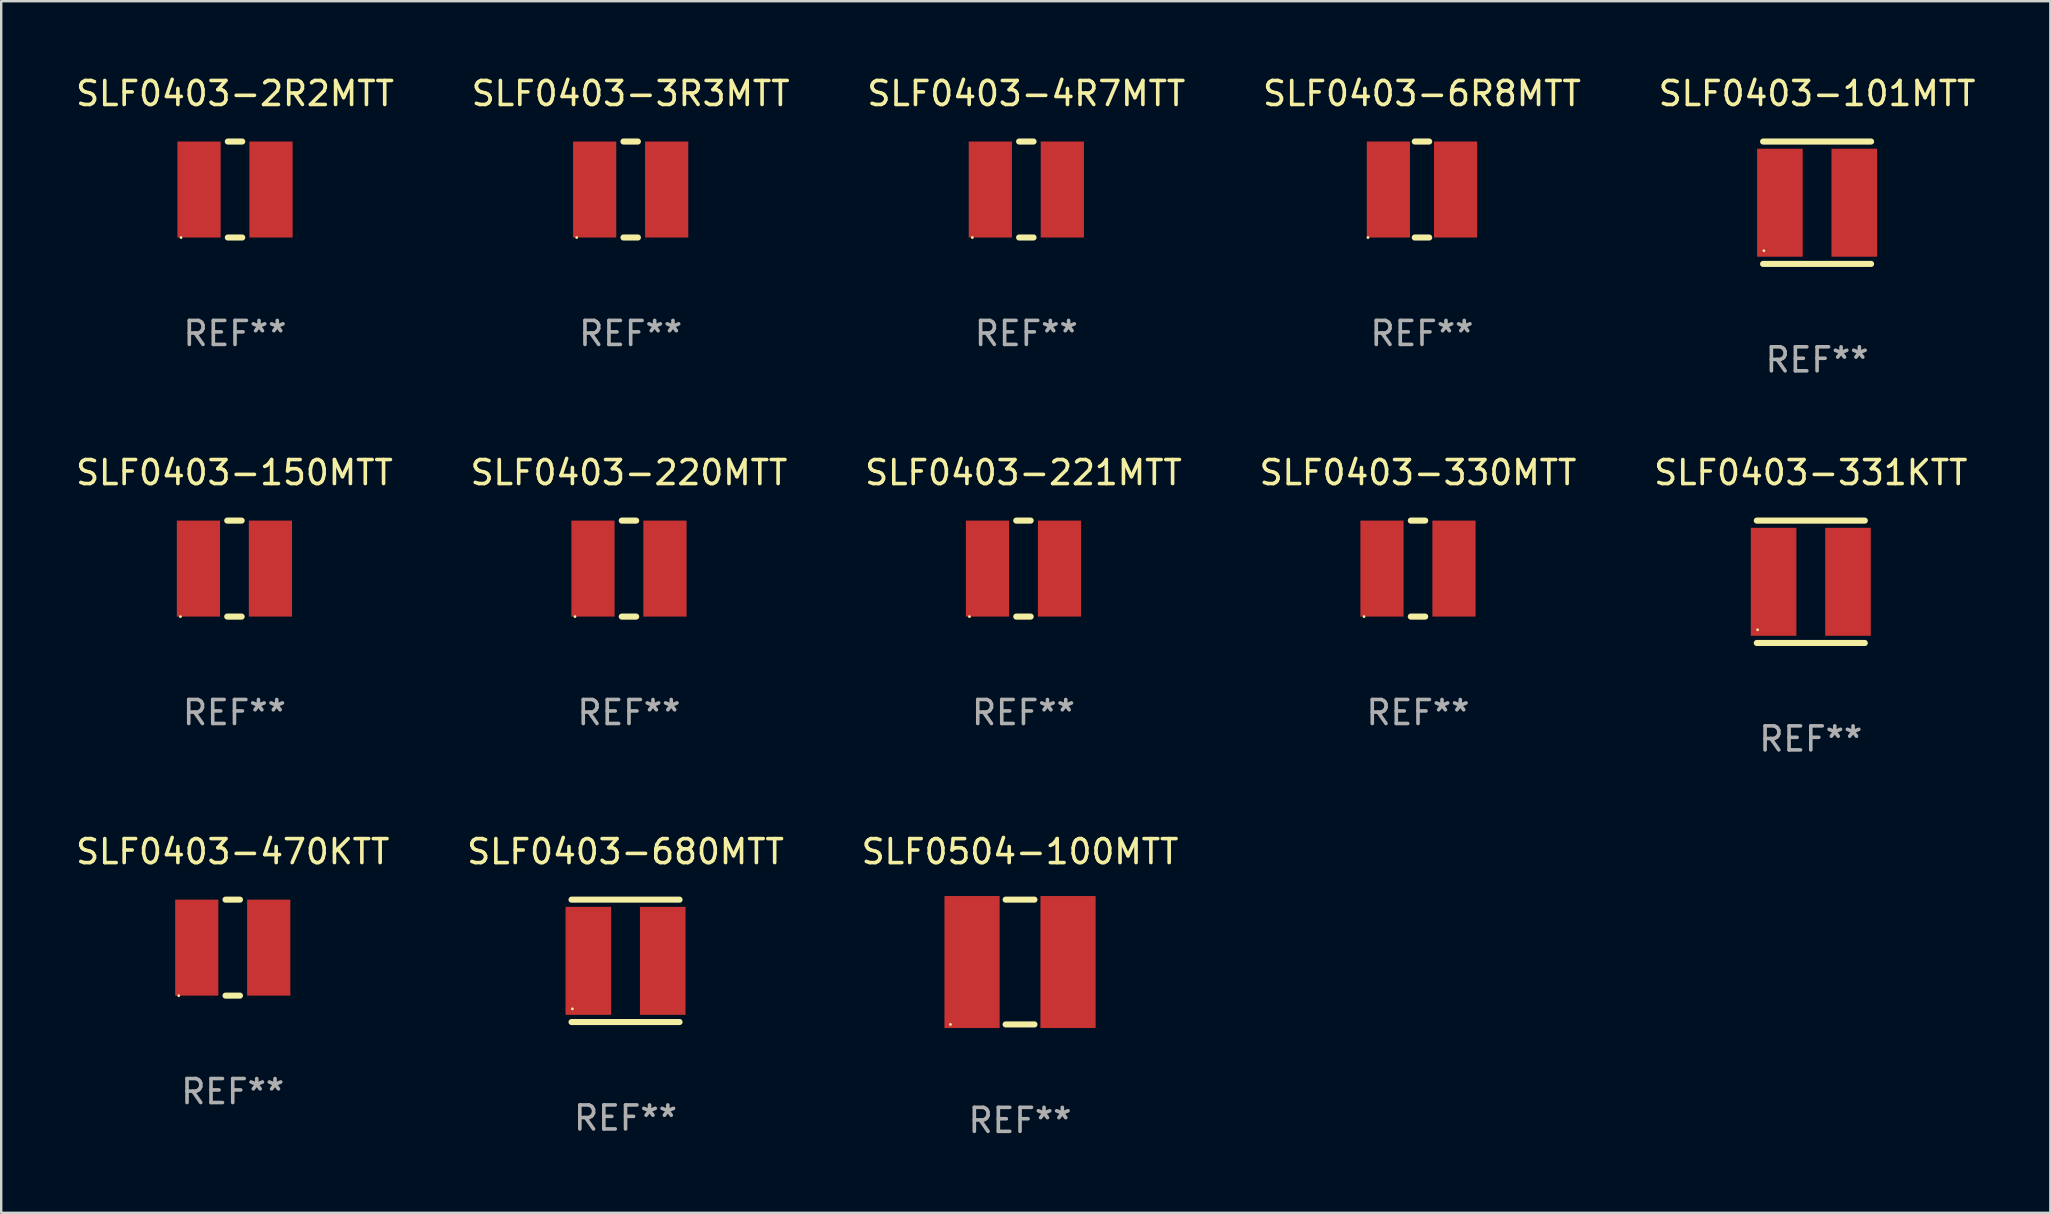
<source format=kicad_pcb>
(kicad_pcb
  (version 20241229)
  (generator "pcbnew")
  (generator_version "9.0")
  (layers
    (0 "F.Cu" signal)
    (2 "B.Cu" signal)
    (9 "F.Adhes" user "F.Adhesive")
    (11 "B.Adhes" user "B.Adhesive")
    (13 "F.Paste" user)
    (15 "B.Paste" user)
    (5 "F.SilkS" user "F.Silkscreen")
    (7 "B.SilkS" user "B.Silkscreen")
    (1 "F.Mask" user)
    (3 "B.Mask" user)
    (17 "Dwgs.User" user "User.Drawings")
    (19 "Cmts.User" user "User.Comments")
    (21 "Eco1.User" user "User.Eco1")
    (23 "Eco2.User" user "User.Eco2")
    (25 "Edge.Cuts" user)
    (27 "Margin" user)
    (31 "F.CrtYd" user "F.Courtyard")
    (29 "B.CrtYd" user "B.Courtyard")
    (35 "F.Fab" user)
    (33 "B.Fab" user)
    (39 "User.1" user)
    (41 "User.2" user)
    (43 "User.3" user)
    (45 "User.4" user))
  (footprint "SLF0403-221MTT"
    (layer "F.Cu")
    (at 39.601 20.645)
    (property "Reference" "SLF0403-221MTT" (at 0 -4 0) (layer "F.SilkS") (effects (font (size 1 1) (thickness 0.15))))
    (attr through_hole)
    (fp_line (start -0.3 -2) (end 0.3 -2) (stroke (width 0.254) (type solid)) (layer "F.SilkS"))
    (fp_line (start -0.3 2) (end 0.3 2) (stroke (width 0.254) (type solid)) (layer "F.SilkS"))
    (fp_circle (center -2.25 2.001) (end -2.22 2.001) (stroke (width 0.06) (type solid)) (fill no) (layer "F.SilkS"))
    (fp_text user "REF**" (at 0 6 0) (layer "F.Fab") (effects (font (size 1 1) (thickness 0.15))))
    (pad "1" smd rect (at -1.5 0) (size 1.8 4) (layers "F.Cu" "F.Mask" "F.Paste"))
    (pad "2" smd rect (at 1.5 0) (size 1.8 4) (layers "F.Cu" "F.Mask" "F.Paste")))
  (footprint "SLF0403-330MTT"
    (layer "F.Cu")
    (at 56.042 20.645)
    (property "Reference" "SLF0403-330MTT" (at 0 -4 0) (layer "F.SilkS") (effects (font (size 1 1) (thickness 0.15))))
    (attr through_hole)
    (fp_line (start -0.3 -2) (end 0.3 -2) (stroke (width 0.254) (type solid)) (layer "F.SilkS"))
    (fp_line (start -0.3 2) (end 0.3 2) (stroke (width 0.254) (type solid)) (layer "F.SilkS"))
    (fp_circle (center -2.25 2.001) (end -2.22 2.001) (stroke (width 0.06) (type solid)) (fill no) (layer "F.SilkS"))
    (fp_text user "REF**" (at 0 6 0) (layer "F.Fab") (effects (font (size 1 1) (thickness 0.15))))
    (pad "1" smd rect (at -1.5 0) (size 1.8 4) (layers "F.Cu" "F.Mask" "F.Paste"))
    (pad "2" smd rect (at 1.5 0) (size 1.8 4) (layers "F.Cu" "F.Mask" "F.Paste")))
  (footprint "SLF0403-6R8MTT"
    (layer "F.Cu")
    (at 56.208 4.848)
    (property "Reference" "SLF0403-6R8MTT" (at 0 -4 0) (layer "F.SilkS") (effects (font (size 1 1) (thickness 0.15))))
    (attr through_hole)
    (fp_line (start -0.3 -2) (end 0.3 -2) (stroke (width 0.254) (type solid)) (layer "F.SilkS"))
    (fp_line (start -0.3 2) (end 0.3 2) (stroke (width 0.254) (type solid)) (layer "F.SilkS"))
    (fp_circle (center -2.25 2.001) (end -2.22 2.001) (stroke (width 0.06) (type solid)) (fill no) (layer "F.SilkS"))
    (fp_text user "REF**" (at 0 6 0) (layer "F.Fab") (effects (font (size 1 1) (thickness 0.15))))
    (pad "1" smd rect (at -1.4 -0.000127) (size 1.8 4) (layers "F.Cu" "F.Mask" "F.Paste"))
    (pad "2" smd rect (at 1.4 -0.000127) (size 1.8 4) (layers "F.Cu" "F.Mask" "F.Paste")))
  (footprint "SLF0403-331KTT"
    (layer "F.Cu")
    (at 72.411 21.195)
    (property "Reference" "SLF0403-331KTT" (at 0 -4.55 0) (layer "F.SilkS") (effects (font (size 1 1) (thickness 0.15))))
    (attr through_hole)
    (fp_line (start -2.25 -2.55) (end 2.25 -2.55) (stroke (width 0.254) (type solid)) (layer "F.SilkS"))
    (fp_line (start 2.25 2.55) (end -2.25 2.55) (stroke (width 0.254) (type solid)) (layer "F.SilkS"))
    (fp_circle (center -2.216 2) (end -2.186 2) (stroke (width 0.06) (type solid)) (fill no) (layer "F.SilkS"))
    (fp_text user "REF**" (at 0 6.55 0) (layer "F.Fab") (effects (font (size 1 1) (thickness 0.15))))
    (pad "1" smd rect (at -1.55 0 90) (size 4.5 1.9) (layers "F.Cu" "F.Mask" "F.Paste"))
    (pad "2" smd rect (at 1.55 0 90) (size 4.5 1.9) (layers "F.Cu" "F.Mask" "F.Paste")))
  (footprint "SLF0403-101MTT"
    (layer "F.Cu")
    (at 72.673 5.398)
    (property "Reference" "SLF0403-101MTT" (at 0 -4.55 0) (layer "F.SilkS") (effects (font (size 1 1) (thickness 0.15))))
    (attr through_hole)
    (fp_line (start -2.25 -2.55) (end 2.25 -2.55) (stroke (width 0.254) (type solid)) (layer "F.SilkS"))
    (fp_line (start 2.25 2.55) (end -2.25 2.55) (stroke (width 0.254) (type solid)) (layer "F.SilkS"))
    (fp_circle (center -2.216 2) (end -2.186 2) (stroke (width 0.06) (type solid)) (fill no) (layer "F.SilkS"))
    (fp_text user "REF**" (at 0 6.55 0) (layer "F.Fab") (effects (font (size 1 1) (thickness 0.15))))
    (pad "1" smd rect (at -1.55 0 90) (size 4.5 1.9) (layers "F.Cu" "F.Mask" "F.Paste"))
    (pad "2" smd rect (at 1.55 0 90) (size 4.5 1.9) (layers "F.Cu" "F.Mask" "F.Paste")))
  (footprint "SLF0403-4R7MTT"
    (layer "F.Cu")
    (at 39.72 4.848)
    (property "Reference" "SLF0403-4R7MTT" (at 0 -4 0) (layer "F.SilkS") (effects (font (size 1 1) (thickness 0.15))))
    (attr through_hole)
    (fp_line (start -0.3 -2) (end 0.3 -2) (stroke (width 0.254) (type solid)) (layer "F.SilkS"))
    (fp_line (start -0.3 2) (end 0.3 2) (stroke (width 0.254) (type solid)) (layer "F.SilkS"))
    (fp_circle (center -2.25 2.001) (end -2.22 2.001) (stroke (width 0.06) (type solid)) (fill no) (layer "F.SilkS"))
    (fp_text user "REF**" (at 0 6 0) (layer "F.Fab") (effects (font (size 1 1) (thickness 0.15))))
    (pad "1" smd rect (at -1.5 0) (size 1.8 4) (layers "F.Cu" "F.Mask" "F.Paste"))
    (pad "2" smd rect (at 1.5 0) (size 1.8 4) (layers "F.Cu" "F.Mask" "F.Paste")))
  (footprint "SLF0403-220MTT"
    (layer "F.Cu")
    (at 23.161 20.645)
    (property "Reference" "SLF0403-220MTT" (at 0 -4 0) (layer "F.SilkS") (effects (font (size 1 1) (thickness 0.15))))
    (attr through_hole)
    (fp_line (start -0.3 -2) (end 0.3 -2) (stroke (width 0.254) (type solid)) (layer "F.SilkS"))
    (fp_line (start -0.3 2) (end 0.3 2) (stroke (width 0.254) (type solid)) (layer "F.SilkS"))
    (fp_circle (center -2.25 2.001) (end -2.22 2.001) (stroke (width 0.06) (type solid)) (fill no) (layer "F.SilkS"))
    (fp_text user "REF**" (at 0 6 0) (layer "F.Fab") (effects (font (size 1 1) (thickness 0.15))))
    (pad "1" smd rect (at -1.5 0) (size 1.8 4) (layers "F.Cu" "F.Mask" "F.Paste"))
    (pad "2" smd rect (at 1.5 0) (size 1.8 4) (layers "F.Cu" "F.Mask" "F.Paste")))
  (footprint "SLF0504-100MTT"
    (layer "F.Cu")
    (at 39.458 37.041)
    (property "Reference" "SLF0504-100MTT" (at 0 -4.6 0) (layer "F.SilkS") (effects (font (size 1 1) (thickness 0.15))))
    (attr through_hole)
    (fp_line (start -0.6 -2.6) (end 0.6 -2.6) (stroke (width 0.254) (type solid)) (layer "F.SilkS"))
    (fp_line (start -0.6 2.6) (end 0.6 2.6) (stroke (width 0.254) (type solid)) (layer "F.SilkS"))
    (fp_circle (center -2.9 2.6) (end -2.87 2.6) (stroke (width 0.06) (type solid)) (fill no) (layer "F.SilkS"))
    (fp_text user "REF**" (at 0 6.6 0) (layer "F.Fab") (effects (font (size 1 1) (thickness 0.15))))
    (pad "1" smd rect (at -2 0 90) (size 5.5 2.3) (layers "F.Cu" "F.Mask" "F.Paste"))
    (pad "2" smd rect (at 2 0 90) (size 5.5 2.3) (layers "F.Cu" "F.Mask" "F.Paste")))
  (footprint "SLF0403-3R3MTT"
    (layer "F.Cu")
    (at 23.232 4.848)
    (property "Reference" "SLF0403-3R3MTT" (at 0 -4 0) (layer "F.SilkS") (effects (font (size 1 1) (thickness 0.15))))
    (attr through_hole)
    (fp_line (start -0.3 -2) (end 0.3 -2) (stroke (width 0.254) (type solid)) (layer "F.SilkS"))
    (fp_line (start -0.3 2) (end 0.3 2) (stroke (width 0.254) (type solid)) (layer "F.SilkS"))
    (fp_circle (center -2.25 2.001) (end -2.22 2.001) (stroke (width 0.06) (type solid)) (fill no) (layer "F.SilkS"))
    (fp_text user "REF**" (at 0 6 0) (layer "F.Fab") (effects (font (size 1 1) (thickness 0.15))))
    (pad "1" smd rect (at -1.5 0) (size 1.8 4) (layers "F.Cu" "F.Mask" "F.Paste"))
    (pad "2" smd rect (at 1.5 0) (size 1.8 4) (layers "F.Cu" "F.Mask" "F.Paste")))
  (footprint "SLF0403-2R2MTT"
    (layer "F.Cu")
    (at 6.744 4.848)
    (property "Reference" "SLF0403-2R2MTT" (at 0 -4 0) (layer "F.SilkS") (effects (font (size 1 1) (thickness 0.15))))
    (attr through_hole)
    (fp_line (start -0.3 -2) (end 0.3 -2) (stroke (width 0.254) (type solid)) (layer "F.SilkS"))
    (fp_line (start -0.3 2) (end 0.3 2) (stroke (width 0.254) (type solid)) (layer "F.SilkS"))
    (fp_circle (center -2.25 2.001) (end -2.22 2.001) (stroke (width 0.06) (type solid)) (fill no) (layer "F.SilkS"))
    (fp_text user "REF**" (at 0 6 0) (layer "F.Fab") (effects (font (size 1 1) (thickness 0.15))))
    (pad "1" smd rect (at -1.5 0) (size 1.8 4) (layers "F.Cu" "F.Mask" "F.Paste"))
    (pad "2" smd rect (at 1.5 0) (size 1.8 4) (layers "F.Cu" "F.Mask" "F.Paste")))
  (footprint "SLF0403-470KTT"
    (layer "F.Cu")
    (at 6.649 36.441)
    (property "Reference" "SLF0403-470KTT" (at 0 -4 0) (layer "F.SilkS") (effects (font (size 1 1) (thickness 0.15))))
    (attr through_hole)
    (fp_line (start -0.3 -2) (end 0.3 -2) (stroke (width 0.254) (type solid)) (layer "F.SilkS"))
    (fp_line (start -0.3 2) (end 0.3 2) (stroke (width 0.254) (type solid)) (layer "F.SilkS"))
    (fp_circle (center -2.25 2.001) (end -2.22 2.001) (stroke (width 0.06) (type solid)) (fill no) (layer "F.SilkS"))
    (fp_text user "REF**" (at 0 6 0) (layer "F.Fab") (effects (font (size 1 1) (thickness 0.15))))
    (pad "1" smd rect (at -1.5 0) (size 1.8 4) (layers "F.Cu" "F.Mask" "F.Paste"))
    (pad "2" smd rect (at 1.5 0) (size 1.8 4) (layers "F.Cu" "F.Mask" "F.Paste")))
  (footprint "SLF0403-150MTT"
    (layer "F.Cu")
    (at 6.72 20.645)
    (property "Reference" "SLF0403-150MTT" (at 0 -4 0) (layer "F.SilkS") (effects (font (size 1 1) (thickness 0.15))))
    (attr through_hole)
    (fp_line (start -0.3 -2) (end 0.3 -2) (stroke (width 0.254) (type solid)) (layer "F.SilkS"))
    (fp_line (start -0.3 2) (end 0.3 2) (stroke (width 0.254) (type solid)) (layer "F.SilkS"))
    (fp_circle (center -2.25 2.001) (end -2.22 2.001) (stroke (width 0.06) (type solid)) (fill no) (layer "F.SilkS"))
    (fp_text user "REF**" (at 0 6 0) (layer "F.Fab") (effects (font (size 1 1) (thickness 0.15))))
    (pad "1" smd rect (at -1.5 0) (size 1.8 4) (layers "F.Cu" "F.Mask" "F.Paste"))
    (pad "2" smd rect (at 1.5 0) (size 1.8 4) (layers "F.Cu" "F.Mask" "F.Paste")))
  (footprint "SLF0403-680MTT"
    (layer "F.Cu")
    (at 23.018 36.991)
    (property "Reference" "SLF0403-680MTT" (at 0 -4.55 0) (layer "F.SilkS") (effects (font (size 1 1) (thickness 0.15))))
    (attr through_hole)
    (fp_line (start -2.25 -2.55) (end 2.25 -2.55) (stroke (width 0.254) (type solid)) (layer "F.SilkS"))
    (fp_line (start 2.25 2.55) (end -2.25 2.55) (stroke (width 0.254) (type solid)) (layer "F.SilkS"))
    (fp_circle (center -2.216 2) (end -2.186 2) (stroke (width 0.06) (type solid)) (fill no) (layer "F.SilkS"))
    (fp_text user "REF**" (at 0 6.55 0) (layer "F.Fab") (effects (font (size 1 1) (thickness 0.15))))
    (pad "1" smd rect (at -1.55 0 90) (size 4.5 1.9) (layers "F.Cu" "F.Mask" "F.Paste"))
    (pad "2" smd rect (at 1.55 0 90) (size 4.5 1.9) (layers "F.Cu" "F.Mask" "F.Paste")))
  (gr_rect
    (start -3 -3)
    (end 82.393 47.49)
    (stroke (width 0.1) (type default))
    (fill no)
    (layer "Edge.Cuts")))
</source>
